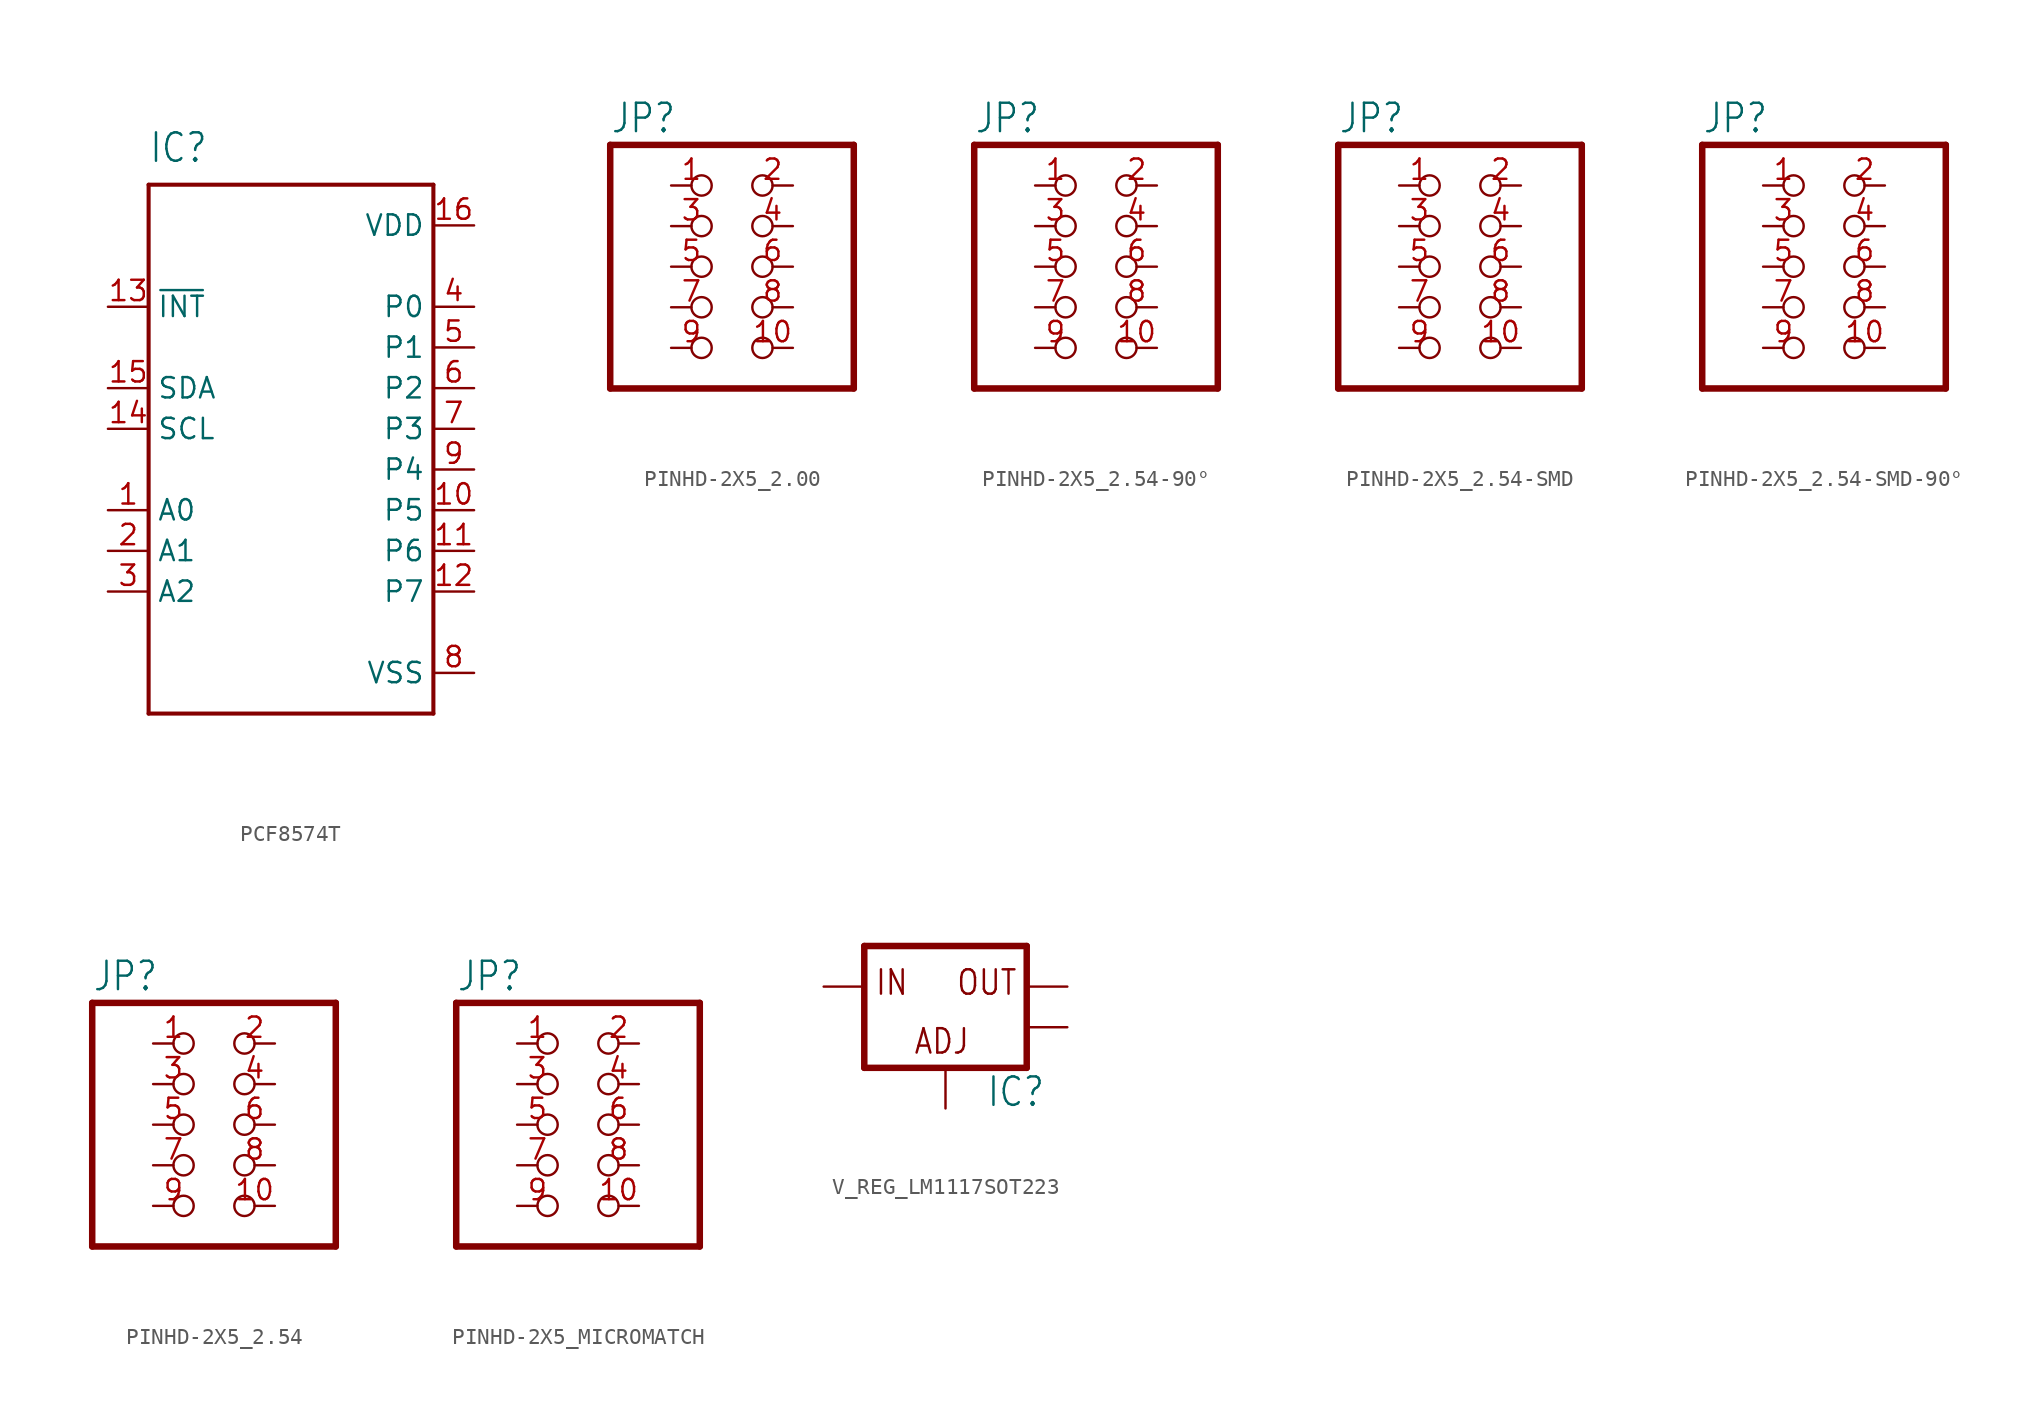
<source format=kicad_sym>
(kicad_symbol_lib
  (version 20220914)
  (generator kicad_symbol_editor)
  (symbol "PCF8574T"
    (property "Reference" "IC"
      (at -7.62 16.51 0)
      (effects (font (size 1.778 1.511)) (justify left bottom)))
    (property "Value" ""
      (at -7.62 -20.32 0)
      (effects (font (size 1.778 1.511)) (justify left bottom)))
    (property "ki_locked" ""
      (at 0 0 0)
      (effects (font (size 1.27 1.27))))
    (symbol "PCF8574T_1_0"
      (polyline (pts (xy -7.62 -17.78) (xy -7.62 15.24)) (stroke (width 0.254) (type solid)) (fill (type none)))
      (polyline (pts (xy -7.62 15.24) (xy 10.16 15.24)) (stroke (width 0.254) (type solid)) (fill (type none)))
      (polyline (pts (xy 10.16 -17.78) (xy -7.62 -17.78)) (stroke (width 0.254) (type solid)) (fill (type none)))
      (polyline (pts (xy 10.16 15.24) (xy 10.16 -17.78)) (stroke (width 0.254) (type solid)) (fill (type none)))
      (pin input line (at -10.16 -5.08 0) (length 2.54) (name "A0" (effects (font (size 1.27 1.27)))) (number "1" (effects (font (size 1.27 1.27)))))
      (pin bidirectional line (at 12.7 -5.08 180) (length 2.54) (name "P5" (effects (font (size 1.27 1.27)))) (number "10" (effects (font (size 1.27 1.27)))))
      (pin bidirectional line (at 12.7 -7.62 180) (length 2.54) (name "P6" (effects (font (size 1.27 1.27)))) (number "11" (effects (font (size 1.27 1.27)))))
      (pin bidirectional line (at 12.7 -10.16 180) (length 2.54) (name "P7" (effects (font (size 1.27 1.27)))) (number "12" (effects (font (size 1.27 1.27)))))
      (pin output line (at -10.16 7.62 0) (length 2.54) (name "~{INT}" (effects (font (size 1.27 1.27)))) (number "13" (effects (font (size 1.27 1.27)))))
      (pin input line (at -10.16 0 0) (length 2.54) (name "SCL" (effects (font (size 1.27 1.27)))) (number "14" (effects (font (size 1.27 1.27)))))
      (pin bidirectional line (at -10.16 2.54 0) (length 2.54) (name "SDA" (effects (font (size 1.27 1.27)))) (number "15" (effects (font (size 1.27 1.27)))))
      (pin power_in line (at 12.7 12.7 180) (length 2.54) (name "VDD" (effects (font (size 1.27 1.27)))) (number "16" (effects (font (size 1.27 1.27)))))
      (pin input line (at -10.16 -7.62 0) (length 2.54) (name "A1" (effects (font (size 1.27 1.27)))) (number "2" (effects (font (size 1.27 1.27)))))
      (pin input line (at -10.16 -10.16 0) (length 2.54) (name "A2" (effects (font (size 1.27 1.27)))) (number "3" (effects (font (size 1.27 1.27)))))
      (pin bidirectional line (at 12.7 7.62 180) (length 2.54) (name "P0" (effects (font (size 1.27 1.27)))) (number "4" (effects (font (size 1.27 1.27)))))
      (pin bidirectional line (at 12.7 5.08 180) (length 2.54) (name "P1" (effects (font (size 1.27 1.27)))) (number "5" (effects (font (size 1.27 1.27)))))
      (pin bidirectional line (at 12.7 2.54 180) (length 2.54) (name "P2" (effects (font (size 1.27 1.27)))) (number "6" (effects (font (size 1.27 1.27)))))
      (pin bidirectional line (at 12.7 0 180) (length 2.54) (name "P3" (effects (font (size 1.27 1.27)))) (number "7" (effects (font (size 1.27 1.27)))))
      (pin power_in line (at 12.7 -15.24 180) (length 2.54) (name "VSS" (effects (font (size 1.27 1.27)))) (number "8" (effects (font (size 1.27 1.27)))))
      (pin bidirectional line (at 12.7 -2.54 180) (length 2.54) (name "P4" (effects (font (size 1.27 1.27)))) (number "9" (effects (font (size 1.27 1.27)))))))
  (symbol "PINHD-2X5_2.00"
    (property "Reference" "JP"
      (at -6.35 8.255 0)
      (effects (font (size 1.778 1.511)) (justify left bottom)))
    (property "Value" ""
      (at -6.35 -10.16 0)
      (effects (font (size 1.778 1.511)) (justify left bottom)))
    (property "ki_locked" ""
      (at 0 0 0)
      (effects (font (size 1.27 1.27))))
    (symbol "PINHD-2X5_2.00_1_0"
      (polyline (pts (xy -6.35 -7.62) (xy 8.89 -7.62)) (stroke (width 0.406) (type solid)) (fill (type none)))
      (polyline (pts (xy -6.35 7.62) (xy -6.35 -7.62)) (stroke (width 0.406) (type solid)) (fill (type none)))
      (polyline (pts (xy 8.89 -7.62) (xy 8.89 7.62)) (stroke (width 0.406) (type solid)) (fill (type none)))
      (polyline (pts (xy 8.89 7.62) (xy -6.35 7.62)) (stroke (width 0.406) (type solid)) (fill (type none)))
      (pin passive inverted (at -2.54 5.08 0) (length 2.54) (name "1" (effects (font (size 0 0)))) (number "1" (effects (font (size 1.27 1.27)))))
      (pin passive inverted (at 5.08 -5.08 180) (length 2.54) (name "10" (effects (font (size 0 0)))) (number "10" (effects (font (size 1.27 1.27)))))
      (pin passive inverted (at 5.08 5.08 180) (length 2.54) (name "2" (effects (font (size 0 0)))) (number "2" (effects (font (size 1.27 1.27)))))
      (pin passive inverted (at -2.54 2.54 0) (length 2.54) (name "3" (effects (font (size 0 0)))) (number "3" (effects (font (size 1.27 1.27)))))
      (pin passive inverted (at 5.08 2.54 180) (length 2.54) (name "4" (effects (font (size 0 0)))) (number "4" (effects (font (size 1.27 1.27)))))
      (pin passive inverted (at -2.54 0 0) (length 2.54) (name "5" (effects (font (size 0 0)))) (number "5" (effects (font (size 1.27 1.27)))))
      (pin passive inverted (at 5.08 0 180) (length 2.54) (name "6" (effects (font (size 0 0)))) (number "6" (effects (font (size 1.27 1.27)))))
      (pin passive inverted (at -2.54 -2.54 0) (length 2.54) (name "7" (effects (font (size 0 0)))) (number "7" (effects (font (size 1.27 1.27)))))
      (pin passive inverted (at 5.08 -2.54 180) (length 2.54) (name "8" (effects (font (size 0 0)))) (number "8" (effects (font (size 1.27 1.27)))))
      (pin passive inverted (at -2.54 -5.08 0) (length 2.54) (name "9" (effects (font (size 0 0)))) (number "9" (effects (font (size 1.27 1.27)))))))
  (symbol "PINHD-2X5_2.54-90°"
    (property "Reference" "JP"
      (at -6.35 8.255 0)
      (effects (font (size 1.778 1.511)) (justify left bottom)))
    (property "Value" ""
      (at -6.35 -10.16 0)
      (effects (font (size 1.778 1.511)) (justify left bottom)))
    (property "ki_locked" ""
      (at 0 0 0)
      (effects (font (size 1.27 1.27))))
    (symbol "PINHD-2X5_2.54-90°_1_0"
      (polyline (pts (xy -6.35 -7.62) (xy 8.89 -7.62)) (stroke (width 0.406) (type solid)) (fill (type none)))
      (polyline (pts (xy -6.35 7.62) (xy -6.35 -7.62)) (stroke (width 0.406) (type solid)) (fill (type none)))
      (polyline (pts (xy 8.89 -7.62) (xy 8.89 7.62)) (stroke (width 0.406) (type solid)) (fill (type none)))
      (polyline (pts (xy 8.89 7.62) (xy -6.35 7.62)) (stroke (width 0.406) (type solid)) (fill (type none)))
      (pin passive inverted (at -2.54 5.08 0) (length 2.54) (name "1" (effects (font (size 0 0)))) (number "1" (effects (font (size 1.27 1.27)))))
      (pin passive inverted (at 5.08 -5.08 180) (length 2.54) (name "10" (effects (font (size 0 0)))) (number "10" (effects (font (size 1.27 1.27)))))
      (pin passive inverted (at 5.08 5.08 180) (length 2.54) (name "2" (effects (font (size 0 0)))) (number "2" (effects (font (size 1.27 1.27)))))
      (pin passive inverted (at -2.54 2.54 0) (length 2.54) (name "3" (effects (font (size 0 0)))) (number "3" (effects (font (size 1.27 1.27)))))
      (pin passive inverted (at 5.08 2.54 180) (length 2.54) (name "4" (effects (font (size 0 0)))) (number "4" (effects (font (size 1.27 1.27)))))
      (pin passive inverted (at -2.54 0 0) (length 2.54) (name "5" (effects (font (size 0 0)))) (number "5" (effects (font (size 1.27 1.27)))))
      (pin passive inverted (at 5.08 0 180) (length 2.54) (name "6" (effects (font (size 0 0)))) (number "6" (effects (font (size 1.27 1.27)))))
      (pin passive inverted (at -2.54 -2.54 0) (length 2.54) (name "7" (effects (font (size 0 0)))) (number "7" (effects (font (size 1.27 1.27)))))
      (pin passive inverted (at 5.08 -2.54 180) (length 2.54) (name "8" (effects (font (size 0 0)))) (number "8" (effects (font (size 1.27 1.27)))))
      (pin passive inverted (at -2.54 -5.08 0) (length 2.54) (name "9" (effects (font (size 0 0)))) (number "9" (effects (font (size 1.27 1.27)))))))
  (symbol "PINHD-2X5_2.54-SMD"
    (property "Reference" "JP"
      (at -6.35 8.255 0)
      (effects (font (size 1.778 1.511)) (justify left bottom)))
    (property "Value" ""
      (at -6.35 -10.16 0)
      (effects (font (size 1.778 1.511)) (justify left bottom)))
    (property "ki_locked" ""
      (at 0 0 0)
      (effects (font (size 1.27 1.27))))
    (symbol "PINHD-2X5_2.54-SMD_1_0"
      (polyline (pts (xy -6.35 -7.62) (xy 8.89 -7.62)) (stroke (width 0.406) (type solid)) (fill (type none)))
      (polyline (pts (xy -6.35 7.62) (xy -6.35 -7.62)) (stroke (width 0.406) (type solid)) (fill (type none)))
      (polyline (pts (xy 8.89 -7.62) (xy 8.89 7.62)) (stroke (width 0.406) (type solid)) (fill (type none)))
      (polyline (pts (xy 8.89 7.62) (xy -6.35 7.62)) (stroke (width 0.406) (type solid)) (fill (type none)))
      (pin passive inverted (at -2.54 5.08 0) (length 2.54) (name "1" (effects (font (size 0 0)))) (number "1" (effects (font (size 1.27 1.27)))))
      (pin passive inverted (at 5.08 -5.08 180) (length 2.54) (name "10" (effects (font (size 0 0)))) (number "10" (effects (font (size 1.27 1.27)))))
      (pin passive inverted (at 5.08 5.08 180) (length 2.54) (name "2" (effects (font (size 0 0)))) (number "2" (effects (font (size 1.27 1.27)))))
      (pin passive inverted (at -2.54 2.54 0) (length 2.54) (name "3" (effects (font (size 0 0)))) (number "3" (effects (font (size 1.27 1.27)))))
      (pin passive inverted (at 5.08 2.54 180) (length 2.54) (name "4" (effects (font (size 0 0)))) (number "4" (effects (font (size 1.27 1.27)))))
      (pin passive inverted (at -2.54 0 0) (length 2.54) (name "5" (effects (font (size 0 0)))) (number "5" (effects (font (size 1.27 1.27)))))
      (pin passive inverted (at 5.08 0 180) (length 2.54) (name "6" (effects (font (size 0 0)))) (number "6" (effects (font (size 1.27 1.27)))))
      (pin passive inverted (at -2.54 -2.54 0) (length 2.54) (name "7" (effects (font (size 0 0)))) (number "7" (effects (font (size 1.27 1.27)))))
      (pin passive inverted (at 5.08 -2.54 180) (length 2.54) (name "8" (effects (font (size 0 0)))) (number "8" (effects (font (size 1.27 1.27)))))
      (pin passive inverted (at -2.54 -5.08 0) (length 2.54) (name "9" (effects (font (size 0 0)))) (number "9" (effects (font (size 1.27 1.27)))))))
  (symbol "PINHD-2X5_2.54-SMD-90°"
    (property "Reference" "JP"
      (at -6.35 8.255 0)
      (effects (font (size 1.778 1.511)) (justify left bottom)))
    (property "Value" ""
      (at -6.35 -10.16 0)
      (effects (font (size 1.778 1.511)) (justify left bottom)))
    (property "ki_locked" ""
      (at 0 0 0)
      (effects (font (size 1.27 1.27))))
    (symbol "PINHD-2X5_2.54-SMD-90°_1_0"
      (polyline (pts (xy -6.35 -7.62) (xy 8.89 -7.62)) (stroke (width 0.406) (type solid)) (fill (type none)))
      (polyline (pts (xy -6.35 7.62) (xy -6.35 -7.62)) (stroke (width 0.406) (type solid)) (fill (type none)))
      (polyline (pts (xy 8.89 -7.62) (xy 8.89 7.62)) (stroke (width 0.406) (type solid)) (fill (type none)))
      (polyline (pts (xy 8.89 7.62) (xy -6.35 7.62)) (stroke (width 0.406) (type solid)) (fill (type none)))
      (pin passive inverted (at -2.54 5.08 0) (length 2.54) (name "1" (effects (font (size 0 0)))) (number "1" (effects (font (size 1.27 1.27)))))
      (pin passive inverted (at 5.08 -5.08 180) (length 2.54) (name "10" (effects (font (size 0 0)))) (number "10" (effects (font (size 1.27 1.27)))))
      (pin passive inverted (at 5.08 5.08 180) (length 2.54) (name "2" (effects (font (size 0 0)))) (number "2" (effects (font (size 1.27 1.27)))))
      (pin passive inverted (at -2.54 2.54 0) (length 2.54) (name "3" (effects (font (size 0 0)))) (number "3" (effects (font (size 1.27 1.27)))))
      (pin passive inverted (at 5.08 2.54 180) (length 2.54) (name "4" (effects (font (size 0 0)))) (number "4" (effects (font (size 1.27 1.27)))))
      (pin passive inverted (at -2.54 0 0) (length 2.54) (name "5" (effects (font (size 0 0)))) (number "5" (effects (font (size 1.27 1.27)))))
      (pin passive inverted (at 5.08 0 180) (length 2.54) (name "6" (effects (font (size 0 0)))) (number "6" (effects (font (size 1.27 1.27)))))
      (pin passive inverted (at -2.54 -2.54 0) (length 2.54) (name "7" (effects (font (size 0 0)))) (number "7" (effects (font (size 1.27 1.27)))))
      (pin passive inverted (at 5.08 -2.54 180) (length 2.54) (name "8" (effects (font (size 0 0)))) (number "8" (effects (font (size 1.27 1.27)))))
      (pin passive inverted (at -2.54 -5.08 0) (length 2.54) (name "9" (effects (font (size 0 0)))) (number "9" (effects (font (size 1.27 1.27)))))))
  (symbol "PINHD-2X5_2.54"
    (property "Reference" "JP"
      (at -6.35 8.255 0)
      (effects (font (size 1.778 1.511)) (justify left bottom)))
    (property "Value" ""
      (at -6.35 -10.16 0)
      (effects (font (size 1.778 1.511)) (justify left bottom)))
    (property "ki_locked" ""
      (at 0 0 0)
      (effects (font (size 1.27 1.27))))
    (symbol "PINHD-2X5_2.54_1_0"
      (polyline (pts (xy -6.35 -7.62) (xy 8.89 -7.62)) (stroke (width 0.406) (type solid)) (fill (type none)))
      (polyline (pts (xy -6.35 7.62) (xy -6.35 -7.62)) (stroke (width 0.406) (type solid)) (fill (type none)))
      (polyline (pts (xy 8.89 -7.62) (xy 8.89 7.62)) (stroke (width 0.406) (type solid)) (fill (type none)))
      (polyline (pts (xy 8.89 7.62) (xy -6.35 7.62)) (stroke (width 0.406) (type solid)) (fill (type none)))
      (pin passive inverted (at -2.54 5.08 0) (length 2.54) (name "1" (effects (font (size 0 0)))) (number "1" (effects (font (size 1.27 1.27)))))
      (pin passive inverted (at 5.08 -5.08 180) (length 2.54) (name "10" (effects (font (size 0 0)))) (number "10" (effects (font (size 1.27 1.27)))))
      (pin passive inverted (at 5.08 5.08 180) (length 2.54) (name "2" (effects (font (size 0 0)))) (number "2" (effects (font (size 1.27 1.27)))))
      (pin passive inverted (at -2.54 2.54 0) (length 2.54) (name "3" (effects (font (size 0 0)))) (number "3" (effects (font (size 1.27 1.27)))))
      (pin passive inverted (at 5.08 2.54 180) (length 2.54) (name "4" (effects (font (size 0 0)))) (number "4" (effects (font (size 1.27 1.27)))))
      (pin passive inverted (at -2.54 0 0) (length 2.54) (name "5" (effects (font (size 0 0)))) (number "5" (effects (font (size 1.27 1.27)))))
      (pin passive inverted (at 5.08 0 180) (length 2.54) (name "6" (effects (font (size 0 0)))) (number "6" (effects (font (size 1.27 1.27)))))
      (pin passive inverted (at -2.54 -2.54 0) (length 2.54) (name "7" (effects (font (size 0 0)))) (number "7" (effects (font (size 1.27 1.27)))))
      (pin passive inverted (at 5.08 -2.54 180) (length 2.54) (name "8" (effects (font (size 0 0)))) (number "8" (effects (font (size 1.27 1.27)))))
      (pin passive inverted (at -2.54 -5.08 0) (length 2.54) (name "9" (effects (font (size 0 0)))) (number "9" (effects (font (size 1.27 1.27)))))))
  (symbol "PINHD-2X5_MICROMATCH"
    (property "Reference" "JP"
      (at -6.35 8.255 0)
      (effects (font (size 1.778 1.511)) (justify left bottom)))
    (property "Value" ""
      (at -6.35 -10.16 0)
      (effects (font (size 1.778 1.511)) (justify left bottom)))
    (property "ki_locked" ""
      (at 0 0 0)
      (effects (font (size 1.27 1.27))))
    (symbol "PINHD-2X5_MICROMATCH_1_0"
      (polyline (pts (xy -6.35 -7.62) (xy 8.89 -7.62)) (stroke (width 0.406) (type solid)) (fill (type none)))
      (polyline (pts (xy -6.35 7.62) (xy -6.35 -7.62)) (stroke (width 0.406) (type solid)) (fill (type none)))
      (polyline (pts (xy 8.89 -7.62) (xy 8.89 7.62)) (stroke (width 0.406) (type solid)) (fill (type none)))
      (polyline (pts (xy 8.89 7.62) (xy -6.35 7.62)) (stroke (width 0.406) (type solid)) (fill (type none)))
      (pin passive inverted (at -2.54 5.08 0) (length 2.54) (name "1" (effects (font (size 0 0)))) (number "1" (effects (font (size 1.27 1.27)))))
      (pin passive inverted (at 5.08 -5.08 180) (length 2.54) (name "10" (effects (font (size 0 0)))) (number "10" (effects (font (size 1.27 1.27)))))
      (pin passive inverted (at 5.08 5.08 180) (length 2.54) (name "2" (effects (font (size 0 0)))) (number "2" (effects (font (size 1.27 1.27)))))
      (pin passive inverted (at -2.54 2.54 0) (length 2.54) (name "3" (effects (font (size 0 0)))) (number "3" (effects (font (size 1.27 1.27)))))
      (pin passive inverted (at 5.08 2.54 180) (length 2.54) (name "4" (effects (font (size 0 0)))) (number "4" (effects (font (size 1.27 1.27)))))
      (pin passive inverted (at -2.54 0 0) (length 2.54) (name "5" (effects (font (size 0 0)))) (number "5" (effects (font (size 1.27 1.27)))))
      (pin passive inverted (at 5.08 0 180) (length 2.54) (name "6" (effects (font (size 0 0)))) (number "6" (effects (font (size 1.27 1.27)))))
      (pin passive inverted (at -2.54 -2.54 0) (length 2.54) (name "7" (effects (font (size 0 0)))) (number "7" (effects (font (size 1.27 1.27)))))
      (pin passive inverted (at 5.08 -2.54 180) (length 2.54) (name "8" (effects (font (size 0 0)))) (number "8" (effects (font (size 1.27 1.27)))))
      (pin passive inverted (at -2.54 -5.08 0) (length 2.54) (name "9" (effects (font (size 0 0)))) (number "9" (effects (font (size 1.27 1.27)))))))
  (symbol "V_REG_LM1117SOT223"
    (property "Reference" "IC"
      (at 2.54 -7.62 0)
      (effects (font (size 1.778 1.511)) (justify left bottom)))
    (property "Value" ""
      (at 2.54 -10.16 0)
      (effects (font (size 1.778 1.511)) (justify left bottom)))
    (property "ki_locked" ""
      (at 0 0 0)
      (effects (font (size 1.27 1.27))))
    (symbol "V_REG_LM1117SOT223_1_0"
      (polyline (pts (xy -5.08 -5.08) (xy 5.08 -5.08)) (stroke (width 0.406) (type solid)) (fill (type none)))
      (polyline (pts (xy -5.08 2.54) (xy -5.08 -5.08)) (stroke (width 0.406) (type solid)) (fill (type none)))
      (polyline (pts (xy 5.08 -5.08) (xy 5.08 2.54)) (stroke (width 0.406) (type solid)) (fill (type none)))
      (polyline (pts (xy 5.08 2.54) (xy -5.08 2.54)) (stroke (width 0.406) (type solid)) (fill (type none)))
      (text "ADJ" (at -2.032 -4.318 0) (effects (font (size 1.524 1.295)) (justify left bottom)))
      (text "IN" (at -4.445 -0.635 0) (effects (font (size 1.524 1.295)) (justify left bottom)))
      (text "OUT" (at 0.635 -0.635 0) (effects (font (size 1.524 1.295)) (justify left bottom)))
      (pin input line (at 0 -7.62 90) (length 2.54) (name "ADJ" (effects (font (size 0 0)))) (number "1" (effects (font (size 0 0)))))
      (pin output line (at 7.62 0 180) (length 2.54) (name "OUT" (effects (font (size 0 0)))) (number "2" (effects (font (size 0 0)))))
      (pin input line (at -7.62 0 0) (length 2.54) (name "IN" (effects (font (size 0 0)))) (number "3" (effects (font (size 0 0)))))
      (pin output line (at 7.62 -2.54 180) (length 2.54) (name "OUT@1" (effects (font (size 0 0)))) (number "4" (effects (font (size 0 0))))))))
</source>
